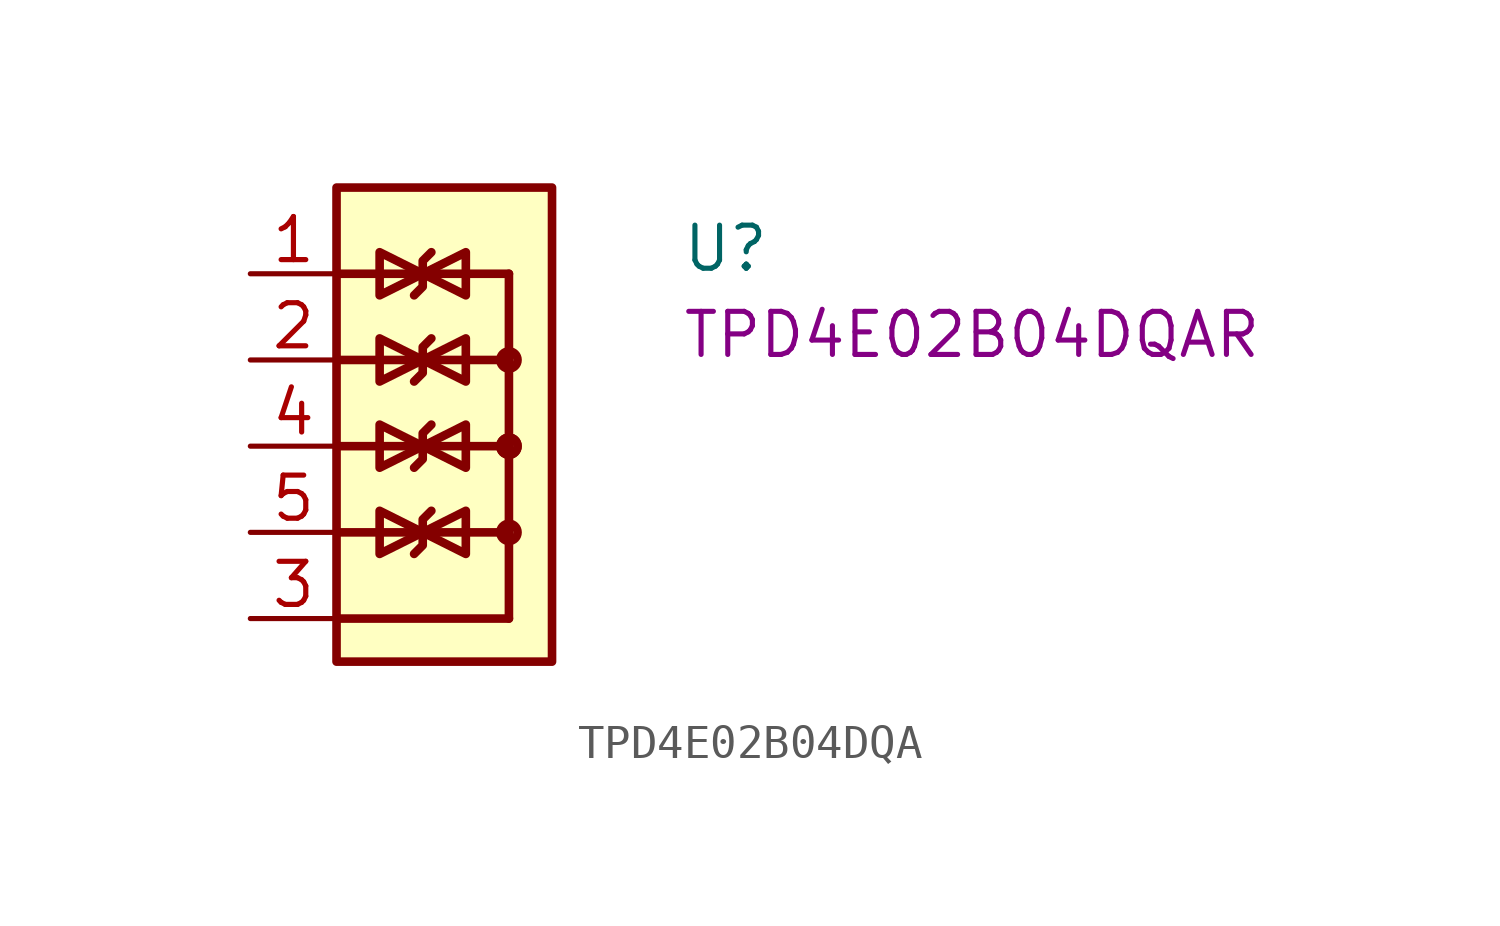
<source format=kicad_sym>
(kicad_symbol_lib
  (version 20220914)
  (generator kicad_symbol_editor)
  (symbol "TPD4E02B04DQA"
    (property "Reference" "U"
      (at 12.7 0 0)
      (effects (font (size 1.27 1.27) (thickness 0.15)) (justify left bottom)))
    (property "MPN" "TPD4E02B04DQAR"
      (at 12.7 -2.54 0)
      (effects (font (size 1.27 1.27) (thickness 0.15)) (justify left bottom)))
    (symbol "TPD4E02B04DQA_1_1"
      (polyline (pts (xy 2.54 -7.62) (xy 7.62 -7.62)) (stroke (width 0.254) (type default)) (fill (type background)))
      (polyline (pts (xy 2.54 -5.08) (xy 7.62 -5.08)) (stroke (width 0.254) (type default)) (fill (type background)))
      (polyline (pts (xy 2.54 -2.54) (xy 7.62 -2.54)) (stroke (width 0.254) (type default)) (fill (type background)))
      (polyline (pts (xy 2.54 0) (xy 7.62 0)) (stroke (width 0.254) (type default)) (fill (type background)))
      (polyline (pts (xy 7.62 -10.16) (xy 2.54 -10.16)) (stroke (width 0.254) (type default)) (fill (type background)))
      (polyline (pts (xy 7.62 0) (xy 7.62 -10.16)) (stroke (width 0.254) (type default)) (fill (type background)))
      (polyline (pts (xy 4.826 -8.255) (xy 5.08 -8.001) (xy 5.08 -7.239) (xy 5.334 -6.985)) (stroke (width 0.254) (type default)) (fill (type background)))
      (polyline (pts (xy 4.826 -5.715) (xy 5.08 -5.461) (xy 5.08 -4.699) (xy 5.334 -4.445)) (stroke (width 0.254) (type default)) (fill (type background)))
      (polyline (pts (xy 4.826 -3.175) (xy 5.08 -2.921) (xy 5.08 -2.159) (xy 5.334 -1.905)) (stroke (width 0.254) (type default)) (fill (type background)))
      (polyline (pts (xy 4.826 -0.635) (xy 5.08 -0.381) (xy 5.08 0.381) (xy 5.334 0.635)) (stroke (width 0.254) (type default)) (fill (type background)))
      (polyline (pts (xy 5.08 -7.62) (xy 3.81 -8.255) (xy 3.81 -6.985) (xy 5.08 -7.62)) (stroke (width 0.254) (type default)) (fill (type background)))
      (polyline (pts (xy 5.08 -5.08) (xy 3.81 -5.715) (xy 3.81 -4.445) (xy 5.08 -5.08)) (stroke (width 0.254) (type default)) (fill (type background)))
      (polyline (pts (xy 5.08 -5.08) (xy 6.35 -4.445) (xy 6.35 -5.715) (xy 5.08 -5.08)) (stroke (width 0.254) (type default)) (fill (type background)))
      (polyline (pts (xy 5.08 -2.54) (xy 3.81 -3.175) (xy 3.81 -1.905) (xy 5.08 -2.54)) (stroke (width 0.254) (type default)) (fill (type background)))
      (polyline (pts (xy 5.08 -2.54) (xy 6.35 -3.175) (xy 6.35 -1.905) (xy 5.08 -2.54)) (stroke (width 0.254) (type default)) (fill (type background)))
      (polyline (pts (xy 5.08 0) (xy 3.81 -0.635) (xy 3.81 0.635) (xy 5.08 0)) (stroke (width 0.254) (type default)) (fill (type background)))
      (polyline (pts (xy 5.08 0) (xy 6.35 -0.635) (xy 6.35 0.635) (xy 5.08 0)) (stroke (width 0.254) (type default)) (fill (type background)))
      (polyline (pts (xy 6.35 -6.985) (xy 6.35 -8.255) (xy 5.08 -7.62) (xy 6.35 -6.985)) (stroke (width 0.254) (type default)) (fill (type background)))
      (rectangle (start 2.54 2.54) (end 8.89 -11.43) (stroke (width 0.254) (type default)) (fill (type background)))
      (circle (center 7.62 -7.62) (radius 0.254) (stroke (width 0.254) (type default)) (fill (type background)))
      (circle (center 7.62 -5.08) (radius 0.254) (stroke (width 0.254) (type default)) (fill (type background)))
      (circle (center 7.62 -5.08) (radius 0.254) (stroke (width 0.254) (type default)) (fill (type background)))
      (circle (center 7.62 -2.54) (radius 0.254) (stroke (width 0.254) (type default)) (fill (type background)))
      (pin passive line (at 0 0 0) (length 2.54) (name "~" (effects (font (size 1.27 1.27)))) (number "1" (effects (font (size 1.27 1.27)))))
      (pin passive line (at 0 0 0) (length 2.54) hide (name "~" (effects (font (size 1.27 1.27)))) (number "10" (effects (font (size 1.27 1.27)))))
      (pin passive line (at 0 -2.54 0) (length 2.54) (name "~" (effects (font (size 1.27 1.27)))) (number "2" (effects (font (size 1.27 1.27)))))
      (pin power_in line (at 0 -10.16 0) (length 2.54) (name "~" (effects (font (size 1.27 1.27)))) (number "3" (effects (font (size 1.27 1.27)))))
      (pin passive line (at 0 -5.08 0) (length 2.54) (name "~" (effects (font (size 1.27 1.27)))) (number "4" (effects (font (size 1.27 1.27)))))
      (pin passive line (at 0 -7.62 0) (length 2.54) (name "~" (effects (font (size 1.27 1.27)))) (number "5" (effects (font (size 1.27 1.27)))))
      (pin passive line (at 0 -7.62 0) (length 2.54) hide (name "~" (effects (font (size 1.27 1.27)))) (number "6" (effects (font (size 1.27 1.27)))))
      (pin passive line (at 0 -5.08 0) (length 2.54) hide (name "~" (effects (font (size 1.27 1.27)))) (number "7" (effects (font (size 1.27 1.27)))))
      (pin passive line (at 0 -10.16 0) (length 2.54) hide (name "~" (effects (font (size 1.27 1.27)))) (number "8" (effects (font (size 1.27 1.27)))))
      (pin passive line (at 0 -2.54 0) (length 2.54) hide (name "~" (effects (font (size 1.27 1.27)))) (number "9" (effects (font (size 1.27 1.27))))))))
</source>
